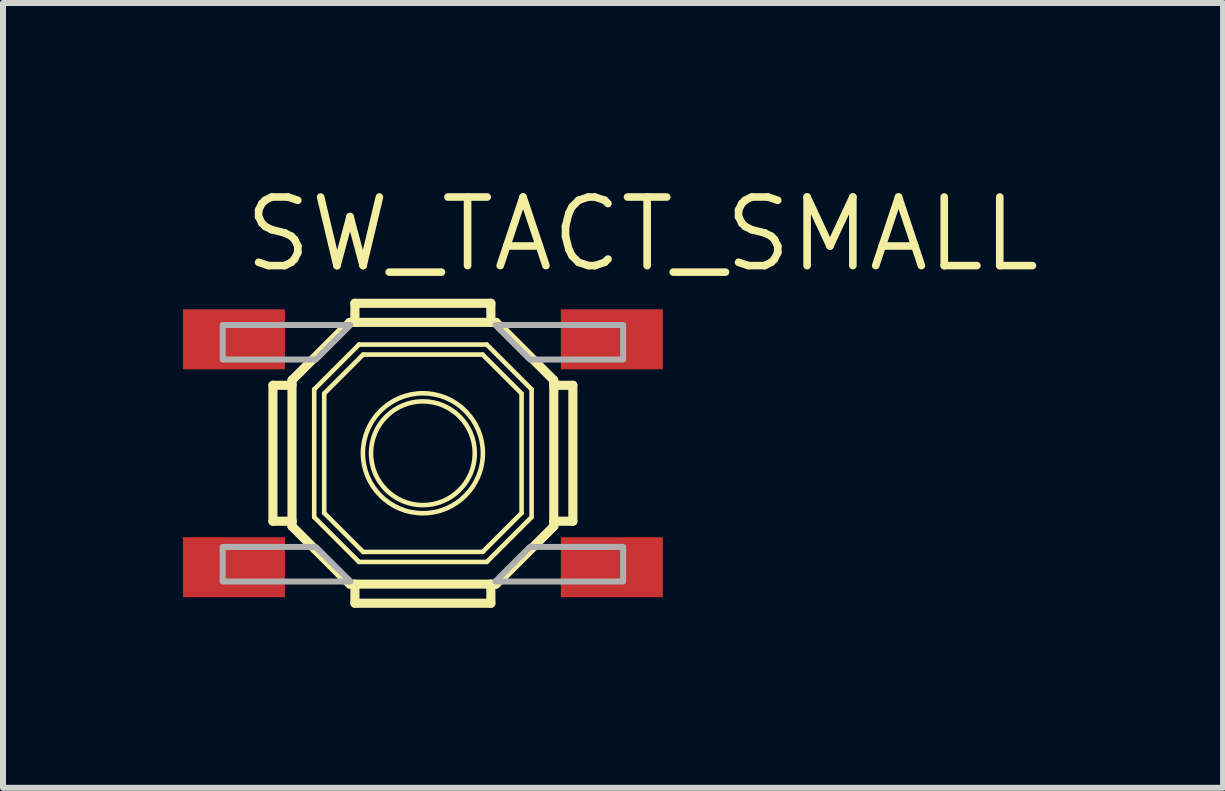
<source format=kicad_pcb>
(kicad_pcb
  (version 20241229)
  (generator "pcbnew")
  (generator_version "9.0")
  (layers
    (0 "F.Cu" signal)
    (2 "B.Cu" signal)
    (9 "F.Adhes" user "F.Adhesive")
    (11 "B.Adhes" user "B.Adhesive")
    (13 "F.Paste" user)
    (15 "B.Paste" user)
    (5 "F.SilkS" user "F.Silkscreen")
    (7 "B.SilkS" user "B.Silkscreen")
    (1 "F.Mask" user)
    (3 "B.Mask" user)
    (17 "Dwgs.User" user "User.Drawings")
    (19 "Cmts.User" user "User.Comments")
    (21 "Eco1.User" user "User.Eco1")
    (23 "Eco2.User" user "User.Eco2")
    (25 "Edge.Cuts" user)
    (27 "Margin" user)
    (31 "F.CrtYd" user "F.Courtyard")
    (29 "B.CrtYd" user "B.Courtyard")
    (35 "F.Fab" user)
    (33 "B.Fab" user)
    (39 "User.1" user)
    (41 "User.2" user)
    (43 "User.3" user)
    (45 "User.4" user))
  (footprint "SW_TACT_SMALL"
    (layer "F.Cu")
    (at 4 4.506)
    (property "Reference" "SW_TACT_SMALL" (at -3.04 -2.982 0) (layer "F.SilkS") (effects (font (size 1.143 1.143) (thickness 0.127)) (justify left bottom)))
    (fp_line (start -2.5 -1.133) (end -2.181 -1.133) (stroke (width 0.152) (type solid)) (layer "F.SilkS"))
    (fp_line (start -2.5 1.133) (end -2.5 -1.133) (stroke (width 0.152) (type solid)) (layer "F.SilkS"))
    (fp_line (start -2.182 -1.218) (end -1.218 -2.182) (stroke (width 0.152) (type solid)) (layer "F.SilkS"))
    (fp_line (start -2.182 1.133) (end -2.5 1.133) (stroke (width 0.152) (type solid)) (layer "F.SilkS"))
    (fp_line (start -2.182 1.133) (end -2.182 -1.218) (stroke (width 0.152) (type solid)) (layer "F.SilkS"))
    (fp_line (start -2.182 1.218) (end -2.182 1.133) (stroke (width 0.152) (type solid)) (layer "F.SilkS"))
    (fp_line (start -1.812 -1.065) (end -1.065 -1.812) (stroke (width 0.076) (type solid)) (layer "F.SilkS"))
    (fp_line (start -1.812 1.065) (end -1.812 -1.065) (stroke (width 0.076) (type solid)) (layer "F.SilkS"))
    (fp_line (start -1.645 -0.996) (end -0.996 -1.645) (stroke (width 0.076) (type solid)) (layer "F.SilkS"))
    (fp_line (start -1.645 0.996) (end -1.645 -0.996) (stroke (width 0.076) (type solid)) (layer "F.SilkS"))
    (fp_line (start -1.218 -2.182) (end -1.133 -2.182) (stroke (width 0.152) (type solid)) (layer "F.SilkS"))
    (fp_line (start -1.218 2.182) (end -2.182 1.218) (stroke (width 0.152) (type solid)) (layer "F.SilkS"))
    (fp_line (start -1.133 -2.5) (end 1.133 -2.5) (stroke (width 0.152) (type solid)) (layer "F.SilkS"))
    (fp_line (start -1.133 -2.182) (end -1.133 -2.5) (stroke (width 0.152) (type solid)) (layer "F.SilkS"))
    (fp_line (start -1.133 -2.182) (end 1.218 -2.182) (stroke (width 0.152) (type solid)) (layer "F.SilkS"))
    (fp_line (start -1.133 2.5) (end -1.133 2.181) (stroke (width 0.152) (type solid)) (layer "F.SilkS"))
    (fp_line (start -1.065 -1.812) (end 1.065 -1.812) (stroke (width 0.076) (type solid)) (layer "F.SilkS"))
    (fp_line (start -1.065 1.812) (end -1.812 1.065) (stroke (width 0.076) (type solid)) (layer "F.SilkS"))
    (fp_line (start -0.996 -1.645) (end 0.996 -1.645) (stroke (width 0.076) (type solid)) (layer "F.SilkS"))
    (fp_line (start -0.996 1.645) (end -1.645 0.996) (stroke (width 0.076) (type solid)) (layer "F.SilkS"))
    (fp_line (start 0.996 -1.645) (end 1.645 -0.996) (stroke (width 0.076) (type solid)) (layer "F.SilkS"))
    (fp_line (start 0.996 1.645) (end -0.996 1.645) (stroke (width 0.076) (type solid)) (layer "F.SilkS"))
    (fp_line (start 1.065 -1.812) (end 1.812 -1.065) (stroke (width 0.076) (type solid)) (layer "F.SilkS"))
    (fp_line (start 1.065 1.812) (end -1.065 1.812) (stroke (width 0.076) (type solid)) (layer "F.SilkS"))
    (fp_line (start 1.133 -2.5) (end 1.133 -2.181) (stroke (width 0.152) (type solid)) (layer "F.SilkS"))
    (fp_line (start 1.133 2.182) (end -1.218 2.182) (stroke (width 0.152) (type solid)) (layer "F.SilkS"))
    (fp_line (start 1.133 2.182) (end 1.133 2.5) (stroke (width 0.152) (type solid)) (layer "F.SilkS"))
    (fp_line (start 1.133 2.5) (end -1.133 2.5) (stroke (width 0.152) (type solid)) (layer "F.SilkS"))
    (fp_line (start 1.218 -2.182) (end 2.182 -1.218) (stroke (width 0.152) (type solid)) (layer "F.SilkS"))
    (fp_line (start 1.218 2.182) (end 1.133 2.182) (stroke (width 0.152) (type solid)) (layer "F.SilkS"))
    (fp_line (start 1.645 -0.996) (end 1.645 0.996) (stroke (width 0.076) (type solid)) (layer "F.SilkS"))
    (fp_line (start 1.645 0.996) (end 0.996 1.645) (stroke (width 0.076) (type solid)) (layer "F.SilkS"))
    (fp_line (start 1.812 -1.065) (end 1.812 1.065) (stroke (width 0.076) (type solid)) (layer "F.SilkS"))
    (fp_line (start 1.812 1.065) (end 1.065 1.812) (stroke (width 0.076) (type solid)) (layer "F.SilkS"))
    (fp_line (start 2.182 -1.218) (end 2.182 -1.133) (stroke (width 0.152) (type solid)) (layer "F.SilkS"))
    (fp_line (start 2.182 -1.133) (end 2.182 1.218) (stroke (width 0.152) (type solid)) (layer "F.SilkS"))
    (fp_line (start 2.182 -1.133) (end 2.5 -1.133) (stroke (width 0.152) (type solid)) (layer "F.SilkS"))
    (fp_line (start 2.182 1.218) (end 1.218 2.182) (stroke (width 0.152) (type solid)) (layer "F.SilkS"))
    (fp_line (start 2.5 -1.133) (end 2.5 1.133) (stroke (width 0.152) (type solid)) (layer "F.SilkS"))
    (fp_line (start 2.5 1.133) (end 2.181 1.133) (stroke (width 0.152) (type solid)) (layer "F.SilkS"))
    (fp_circle (center 0 0) (end 0.865 0) (stroke (width 0.076) (type solid)) (fill no) (layer "F.SilkS"))
    (fp_circle (center 0 0) (end 1 0) (stroke (width 0.076) (type solid)) (fill no) (layer "F.SilkS"))
    (fp_poly (pts (xy -1.785 -1.562) (xy -3.338 -1.562) (xy -3.338 -2.138) (xy -1.208 -2.138)) (stroke (width 0.1) (type solid)) (fill no) (layer "F.Fab"))
    (fp_poly (pts (xy -1.208 2.138) (xy -3.338 2.138) (xy -3.338 1.562) (xy -1.785 1.562)) (stroke (width 0.1) (type solid)) (fill no) (layer "F.Fab"))
    (fp_poly (pts (xy 3.338 -1.562) (xy 1.785 -1.562) (xy 1.208 -2.138) (xy 3.338 -2.138)) (stroke (width 0.1) (type solid)) (fill no) (layer "F.Fab"))
    (fp_poly (pts (xy 3.338 2.138) (xy 1.208 2.138) (xy 1.785 1.562) (xy 3.338 1.562)) (stroke (width 0.1) (type solid)) (fill no) (layer "F.Fab"))
    (pad "1" smd rect (at -3.15 -1.9 90) (size 1 1.7) (layers "F.Cu" "F.Mask" "F.Paste"))
    (pad "2" smd rect (at 3.15 -1.9 90) (size 1 1.7) (layers "F.Cu" "F.Mask" "F.Paste"))
    (pad "3" smd rect (at -3.15 1.9 90) (size 1 1.7) (layers "F.Cu" "F.Mask" "F.Paste"))
    (pad "4" smd rect (at 3.15 1.9 90) (size 1 1.7) (layers "F.Cu" "F.Mask" "F.Paste")))
  (gr_rect
    (start -3 -3)
    (end 17.339 10.083)
    (stroke (width 0.1) (type default))
    (fill no)
    (layer "Edge.Cuts")))
</source>
